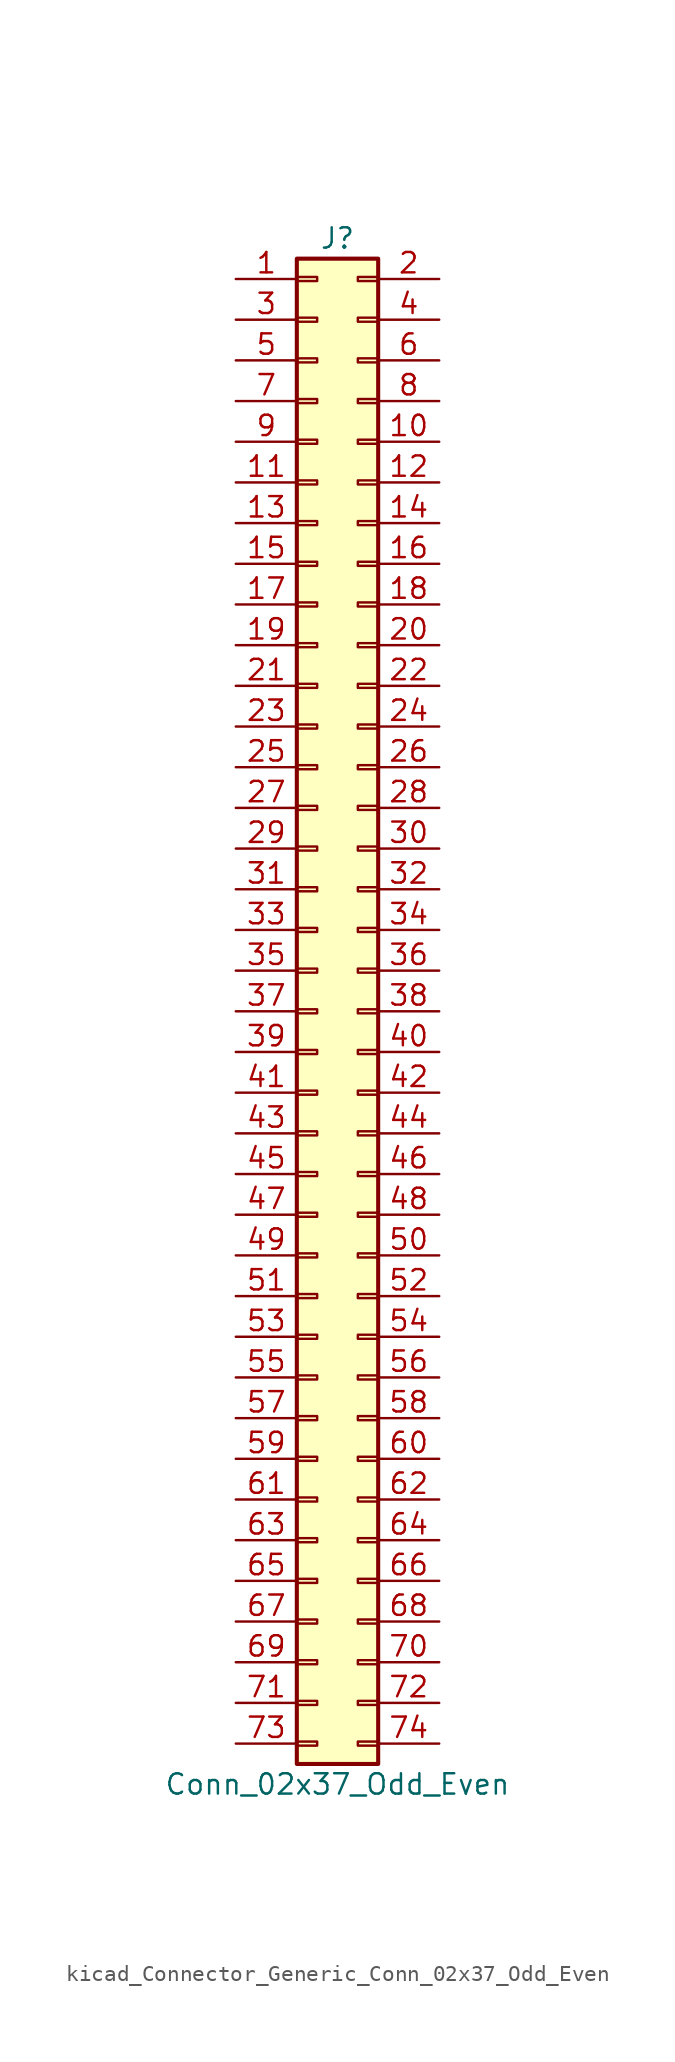
<source format=kicad_sym>
(kicad_symbol_lib
  (version 20220914)
  (generator kicad_symbol_editor)
  (symbol "kicad_Connector_Generic_Conn_02x37_Odd_Even"
    (pin_names
      (offset 1.016) hide)
    (property "Reference" "J"
      (at 1.27 48.26 0)
      (effects (font (size 1.27 1.27))))
    (property "Value" "Conn_02x37_Odd_Even"
      (at 1.27 -48.26 0)
      (effects (font (size 1.27 1.27))))
    (symbol "kicad_Connector_Generic_Conn_02x37_Odd_Even_1_1"
      (rectangle (start -1.27 -45.593) (end 0 -45.847) (stroke (width 0.152) (type default)) (fill (type none)))
      (rectangle (start -1.27 -43.053) (end 0 -43.307) (stroke (width 0.152) (type default)) (fill (type none)))
      (rectangle (start -1.27 -40.513) (end 0 -40.767) (stroke (width 0.152) (type default)) (fill (type none)))
      (rectangle (start -1.27 -37.973) (end 0 -38.227) (stroke (width 0.152) (type default)) (fill (type none)))
      (rectangle (start -1.27 -35.433) (end 0 -35.687) (stroke (width 0.152) (type default)) (fill (type none)))
      (rectangle (start -1.27 -32.893) (end 0 -33.147) (stroke (width 0.152) (type default)) (fill (type none)))
      (rectangle (start -1.27 -30.353) (end 0 -30.607) (stroke (width 0.152) (type default)) (fill (type none)))
      (rectangle (start -1.27 -27.813) (end 0 -28.067) (stroke (width 0.152) (type default)) (fill (type none)))
      (rectangle (start -1.27 -25.273) (end 0 -25.527) (stroke (width 0.152) (type default)) (fill (type none)))
      (rectangle (start -1.27 -22.733) (end 0 -22.987) (stroke (width 0.152) (type default)) (fill (type none)))
      (rectangle (start -1.27 -20.193) (end 0 -20.447) (stroke (width 0.152) (type default)) (fill (type none)))
      (rectangle (start -1.27 -17.653) (end 0 -17.907) (stroke (width 0.152) (type default)) (fill (type none)))
      (rectangle (start -1.27 -15.113) (end 0 -15.367) (stroke (width 0.152) (type default)) (fill (type none)))
      (rectangle (start -1.27 -12.573) (end 0 -12.827) (stroke (width 0.152) (type default)) (fill (type none)))
      (rectangle (start -1.27 -10.033) (end 0 -10.287) (stroke (width 0.152) (type default)) (fill (type none)))
      (rectangle (start -1.27 -7.493) (end 0 -7.747) (stroke (width 0.152) (type default)) (fill (type none)))
      (rectangle (start -1.27 -4.953) (end 0 -5.207) (stroke (width 0.152) (type default)) (fill (type none)))
      (rectangle (start -1.27 -2.413) (end 0 -2.667) (stroke (width 0.152) (type default)) (fill (type none)))
      (rectangle (start -1.27 0.127) (end 0 -0.127) (stroke (width 0.152) (type default)) (fill (type none)))
      (rectangle (start -1.27 2.667) (end 0 2.413) (stroke (width 0.152) (type default)) (fill (type none)))
      (rectangle (start -1.27 5.207) (end 0 4.953) (stroke (width 0.152) (type default)) (fill (type none)))
      (rectangle (start -1.27 7.747) (end 0 7.493) (stroke (width 0.152) (type default)) (fill (type none)))
      (rectangle (start -1.27 10.287) (end 0 10.033) (stroke (width 0.152) (type default)) (fill (type none)))
      (rectangle (start -1.27 12.827) (end 0 12.573) (stroke (width 0.152) (type default)) (fill (type none)))
      (rectangle (start -1.27 15.367) (end 0 15.113) (stroke (width 0.152) (type default)) (fill (type none)))
      (rectangle (start -1.27 17.907) (end 0 17.653) (stroke (width 0.152) (type default)) (fill (type none)))
      (rectangle (start -1.27 20.447) (end 0 20.193) (stroke (width 0.152) (type default)) (fill (type none)))
      (rectangle (start -1.27 22.987) (end 0 22.733) (stroke (width 0.152) (type default)) (fill (type none)))
      (rectangle (start -1.27 25.527) (end 0 25.273) (stroke (width 0.152) (type default)) (fill (type none)))
      (rectangle (start -1.27 28.067) (end 0 27.813) (stroke (width 0.152) (type default)) (fill (type none)))
      (rectangle (start -1.27 30.607) (end 0 30.353) (stroke (width 0.152) (type default)) (fill (type none)))
      (rectangle (start -1.27 33.147) (end 0 32.893) (stroke (width 0.152) (type default)) (fill (type none)))
      (rectangle (start -1.27 35.687) (end 0 35.433) (stroke (width 0.152) (type default)) (fill (type none)))
      (rectangle (start -1.27 38.227) (end 0 37.973) (stroke (width 0.152) (type default)) (fill (type none)))
      (rectangle (start -1.27 40.767) (end 0 40.513) (stroke (width 0.152) (type default)) (fill (type none)))
      (rectangle (start -1.27 43.307) (end 0 43.053) (stroke (width 0.152) (type default)) (fill (type none)))
      (rectangle (start -1.27 45.847) (end 0 45.593) (stroke (width 0.152) (type default)) (fill (type none)))
      (rectangle (start -1.27 46.99) (end 3.81 -46.99) (stroke (width 0.254) (type default)) (fill (type background)))
      (rectangle (start 3.81 -45.593) (end 2.54 -45.847) (stroke (width 0.152) (type default)) (fill (type none)))
      (rectangle (start 3.81 -43.053) (end 2.54 -43.307) (stroke (width 0.152) (type default)) (fill (type none)))
      (rectangle (start 3.81 -40.513) (end 2.54 -40.767) (stroke (width 0.152) (type default)) (fill (type none)))
      (rectangle (start 3.81 -37.973) (end 2.54 -38.227) (stroke (width 0.152) (type default)) (fill (type none)))
      (rectangle (start 3.81 -35.433) (end 2.54 -35.687) (stroke (width 0.152) (type default)) (fill (type none)))
      (rectangle (start 3.81 -32.893) (end 2.54 -33.147) (stroke (width 0.152) (type default)) (fill (type none)))
      (rectangle (start 3.81 -30.353) (end 2.54 -30.607) (stroke (width 0.152) (type default)) (fill (type none)))
      (rectangle (start 3.81 -27.813) (end 2.54 -28.067) (stroke (width 0.152) (type default)) (fill (type none)))
      (rectangle (start 3.81 -25.273) (end 2.54 -25.527) (stroke (width 0.152) (type default)) (fill (type none)))
      (rectangle (start 3.81 -22.733) (end 2.54 -22.987) (stroke (width 0.152) (type default)) (fill (type none)))
      (rectangle (start 3.81 -20.193) (end 2.54 -20.447) (stroke (width 0.152) (type default)) (fill (type none)))
      (rectangle (start 3.81 -17.653) (end 2.54 -17.907) (stroke (width 0.152) (type default)) (fill (type none)))
      (rectangle (start 3.81 -15.113) (end 2.54 -15.367) (stroke (width 0.152) (type default)) (fill (type none)))
      (rectangle (start 3.81 -12.573) (end 2.54 -12.827) (stroke (width 0.152) (type default)) (fill (type none)))
      (rectangle (start 3.81 -10.033) (end 2.54 -10.287) (stroke (width 0.152) (type default)) (fill (type none)))
      (rectangle (start 3.81 -7.493) (end 2.54 -7.747) (stroke (width 0.152) (type default)) (fill (type none)))
      (rectangle (start 3.81 -4.953) (end 2.54 -5.207) (stroke (width 0.152) (type default)) (fill (type none)))
      (rectangle (start 3.81 -2.413) (end 2.54 -2.667) (stroke (width 0.152) (type default)) (fill (type none)))
      (rectangle (start 3.81 0.127) (end 2.54 -0.127) (stroke (width 0.152) (type default)) (fill (type none)))
      (rectangle (start 3.81 2.667) (end 2.54 2.413) (stroke (width 0.152) (type default)) (fill (type none)))
      (rectangle (start 3.81 5.207) (end 2.54 4.953) (stroke (width 0.152) (type default)) (fill (type none)))
      (rectangle (start 3.81 7.747) (end 2.54 7.493) (stroke (width 0.152) (type default)) (fill (type none)))
      (rectangle (start 3.81 10.287) (end 2.54 10.033) (stroke (width 0.152) (type default)) (fill (type none)))
      (rectangle (start 3.81 12.827) (end 2.54 12.573) (stroke (width 0.152) (type default)) (fill (type none)))
      (rectangle (start 3.81 15.367) (end 2.54 15.113) (stroke (width 0.152) (type default)) (fill (type none)))
      (rectangle (start 3.81 17.907) (end 2.54 17.653) (stroke (width 0.152) (type default)) (fill (type none)))
      (rectangle (start 3.81 20.447) (end 2.54 20.193) (stroke (width 0.152) (type default)) (fill (type none)))
      (rectangle (start 3.81 22.987) (end 2.54 22.733) (stroke (width 0.152) (type default)) (fill (type none)))
      (rectangle (start 3.81 25.527) (end 2.54 25.273) (stroke (width 0.152) (type default)) (fill (type none)))
      (rectangle (start 3.81 28.067) (end 2.54 27.813) (stroke (width 0.152) (type default)) (fill (type none)))
      (rectangle (start 3.81 30.607) (end 2.54 30.353) (stroke (width 0.152) (type default)) (fill (type none)))
      (rectangle (start 3.81 33.147) (end 2.54 32.893) (stroke (width 0.152) (type default)) (fill (type none)))
      (rectangle (start 3.81 35.687) (end 2.54 35.433) (stroke (width 0.152) (type default)) (fill (type none)))
      (rectangle (start 3.81 38.227) (end 2.54 37.973) (stroke (width 0.152) (type default)) (fill (type none)))
      (rectangle (start 3.81 40.767) (end 2.54 40.513) (stroke (width 0.152) (type default)) (fill (type none)))
      (rectangle (start 3.81 43.307) (end 2.54 43.053) (stroke (width 0.152) (type default)) (fill (type none)))
      (rectangle (start 3.81 45.847) (end 2.54 45.593) (stroke (width 0.152) (type default)) (fill (type none)))
      (pin passive line (at -5.08 45.72 0) (length 3.81) (name "Pin_1" (effects (font (size 1.27 1.27)))) (number "1" (effects (font (size 1.27 1.27)))))
      (pin passive line (at 7.62 35.56 180) (length 3.81) (name "Pin_10" (effects (font (size 1.27 1.27)))) (number "10" (effects (font (size 1.27 1.27)))))
      (pin passive line (at -5.08 33.02 0) (length 3.81) (name "Pin_11" (effects (font (size 1.27 1.27)))) (number "11" (effects (font (size 1.27 1.27)))))
      (pin passive line (at 7.62 33.02 180) (length 3.81) (name "Pin_12" (effects (font (size 1.27 1.27)))) (number "12" (effects (font (size 1.27 1.27)))))
      (pin passive line (at -5.08 30.48 0) (length 3.81) (name "Pin_13" (effects (font (size 1.27 1.27)))) (number "13" (effects (font (size 1.27 1.27)))))
      (pin passive line (at 7.62 30.48 180) (length 3.81) (name "Pin_14" (effects (font (size 1.27 1.27)))) (number "14" (effects (font (size 1.27 1.27)))))
      (pin passive line (at -5.08 27.94 0) (length 3.81) (name "Pin_15" (effects (font (size 1.27 1.27)))) (number "15" (effects (font (size 1.27 1.27)))))
      (pin passive line (at 7.62 27.94 180) (length 3.81) (name "Pin_16" (effects (font (size 1.27 1.27)))) (number "16" (effects (font (size 1.27 1.27)))))
      (pin passive line (at -5.08 25.4 0) (length 3.81) (name "Pin_17" (effects (font (size 1.27 1.27)))) (number "17" (effects (font (size 1.27 1.27)))))
      (pin passive line (at 7.62 25.4 180) (length 3.81) (name "Pin_18" (effects (font (size 1.27 1.27)))) (number "18" (effects (font (size 1.27 1.27)))))
      (pin passive line (at -5.08 22.86 0) (length 3.81) (name "Pin_19" (effects (font (size 1.27 1.27)))) (number "19" (effects (font (size 1.27 1.27)))))
      (pin passive line (at 7.62 45.72 180) (length 3.81) (name "Pin_2" (effects (font (size 1.27 1.27)))) (number "2" (effects (font (size 1.27 1.27)))))
      (pin passive line (at 7.62 22.86 180) (length 3.81) (name "Pin_20" (effects (font (size 1.27 1.27)))) (number "20" (effects (font (size 1.27 1.27)))))
      (pin passive line (at -5.08 20.32 0) (length 3.81) (name "Pin_21" (effects (font (size 1.27 1.27)))) (number "21" (effects (font (size 1.27 1.27)))))
      (pin passive line (at 7.62 20.32 180) (length 3.81) (name "Pin_22" (effects (font (size 1.27 1.27)))) (number "22" (effects (font (size 1.27 1.27)))))
      (pin passive line (at -5.08 17.78 0) (length 3.81) (name "Pin_23" (effects (font (size 1.27 1.27)))) (number "23" (effects (font (size 1.27 1.27)))))
      (pin passive line (at 7.62 17.78 180) (length 3.81) (name "Pin_24" (effects (font (size 1.27 1.27)))) (number "24" (effects (font (size 1.27 1.27)))))
      (pin passive line (at -5.08 15.24 0) (length 3.81) (name "Pin_25" (effects (font (size 1.27 1.27)))) (number "25" (effects (font (size 1.27 1.27)))))
      (pin passive line (at 7.62 15.24 180) (length 3.81) (name "Pin_26" (effects (font (size 1.27 1.27)))) (number "26" (effects (font (size 1.27 1.27)))))
      (pin passive line (at -5.08 12.7 0) (length 3.81) (name "Pin_27" (effects (font (size 1.27 1.27)))) (number "27" (effects (font (size 1.27 1.27)))))
      (pin passive line (at 7.62 12.7 180) (length 3.81) (name "Pin_28" (effects (font (size 1.27 1.27)))) (number "28" (effects (font (size 1.27 1.27)))))
      (pin passive line (at -5.08 10.16 0) (length 3.81) (name "Pin_29" (effects (font (size 1.27 1.27)))) (number "29" (effects (font (size 1.27 1.27)))))
      (pin passive line (at -5.08 43.18 0) (length 3.81) (name "Pin_3" (effects (font (size 1.27 1.27)))) (number "3" (effects (font (size 1.27 1.27)))))
      (pin passive line (at 7.62 10.16 180) (length 3.81) (name "Pin_30" (effects (font (size 1.27 1.27)))) (number "30" (effects (font (size 1.27 1.27)))))
      (pin passive line (at -5.08 7.62 0) (length 3.81) (name "Pin_31" (effects (font (size 1.27 1.27)))) (number "31" (effects (font (size 1.27 1.27)))))
      (pin passive line (at 7.62 7.62 180) (length 3.81) (name "Pin_32" (effects (font (size 1.27 1.27)))) (number "32" (effects (font (size 1.27 1.27)))))
      (pin passive line (at -5.08 5.08 0) (length 3.81) (name "Pin_33" (effects (font (size 1.27 1.27)))) (number "33" (effects (font (size 1.27 1.27)))))
      (pin passive line (at 7.62 5.08 180) (length 3.81) (name "Pin_34" (effects (font (size 1.27 1.27)))) (number "34" (effects (font (size 1.27 1.27)))))
      (pin passive line (at -5.08 2.54 0) (length 3.81) (name "Pin_35" (effects (font (size 1.27 1.27)))) (number "35" (effects (font (size 1.27 1.27)))))
      (pin passive line (at 7.62 2.54 180) (length 3.81) (name "Pin_36" (effects (font (size 1.27 1.27)))) (number "36" (effects (font (size 1.27 1.27)))))
      (pin passive line (at -5.08 0 0) (length 3.81) (name "Pin_37" (effects (font (size 1.27 1.27)))) (number "37" (effects (font (size 1.27 1.27)))))
      (pin passive line (at 7.62 0 180) (length 3.81) (name "Pin_38" (effects (font (size 1.27 1.27)))) (number "38" (effects (font (size 1.27 1.27)))))
      (pin passive line (at -5.08 -2.54 0) (length 3.81) (name "Pin_39" (effects (font (size 1.27 1.27)))) (number "39" (effects (font (size 1.27 1.27)))))
      (pin passive line (at 7.62 43.18 180) (length 3.81) (name "Pin_4" (effects (font (size 1.27 1.27)))) (number "4" (effects (font (size 1.27 1.27)))))
      (pin passive line (at 7.62 -2.54 180) (length 3.81) (name "Pin_40" (effects (font (size 1.27 1.27)))) (number "40" (effects (font (size 1.27 1.27)))))
      (pin passive line (at -5.08 -5.08 0) (length 3.81) (name "Pin_41" (effects (font (size 1.27 1.27)))) (number "41" (effects (font (size 1.27 1.27)))))
      (pin passive line (at 7.62 -5.08 180) (length 3.81) (name "Pin_42" (effects (font (size 1.27 1.27)))) (number "42" (effects (font (size 1.27 1.27)))))
      (pin passive line (at -5.08 -7.62 0) (length 3.81) (name "Pin_43" (effects (font (size 1.27 1.27)))) (number "43" (effects (font (size 1.27 1.27)))))
      (pin passive line (at 7.62 -7.62 180) (length 3.81) (name "Pin_44" (effects (font (size 1.27 1.27)))) (number "44" (effects (font (size 1.27 1.27)))))
      (pin passive line (at -5.08 -10.16 0) (length 3.81) (name "Pin_45" (effects (font (size 1.27 1.27)))) (number "45" (effects (font (size 1.27 1.27)))))
      (pin passive line (at 7.62 -10.16 180) (length 3.81) (name "Pin_46" (effects (font (size 1.27 1.27)))) (number "46" (effects (font (size 1.27 1.27)))))
      (pin passive line (at -5.08 -12.7 0) (length 3.81) (name "Pin_47" (effects (font (size 1.27 1.27)))) (number "47" (effects (font (size 1.27 1.27)))))
      (pin passive line (at 7.62 -12.7 180) (length 3.81) (name "Pin_48" (effects (font (size 1.27 1.27)))) (number "48" (effects (font (size 1.27 1.27)))))
      (pin passive line (at -5.08 -15.24 0) (length 3.81) (name "Pin_49" (effects (font (size 1.27 1.27)))) (number "49" (effects (font (size 1.27 1.27)))))
      (pin passive line (at -5.08 40.64 0) (length 3.81) (name "Pin_5" (effects (font (size 1.27 1.27)))) (number "5" (effects (font (size 1.27 1.27)))))
      (pin passive line (at 7.62 -15.24 180) (length 3.81) (name "Pin_50" (effects (font (size 1.27 1.27)))) (number "50" (effects (font (size 1.27 1.27)))))
      (pin passive line (at -5.08 -17.78 0) (length 3.81) (name "Pin_51" (effects (font (size 1.27 1.27)))) (number "51" (effects (font (size 1.27 1.27)))))
      (pin passive line (at 7.62 -17.78 180) (length 3.81) (name "Pin_52" (effects (font (size 1.27 1.27)))) (number "52" (effects (font (size 1.27 1.27)))))
      (pin passive line (at -5.08 -20.32 0) (length 3.81) (name "Pin_53" (effects (font (size 1.27 1.27)))) (number "53" (effects (font (size 1.27 1.27)))))
      (pin passive line (at 7.62 -20.32 180) (length 3.81) (name "Pin_54" (effects (font (size 1.27 1.27)))) (number "54" (effects (font (size 1.27 1.27)))))
      (pin passive line (at -5.08 -22.86 0) (length 3.81) (name "Pin_55" (effects (font (size 1.27 1.27)))) (number "55" (effects (font (size 1.27 1.27)))))
      (pin passive line (at 7.62 -22.86 180) (length 3.81) (name "Pin_56" (effects (font (size 1.27 1.27)))) (number "56" (effects (font (size 1.27 1.27)))))
      (pin passive line (at -5.08 -25.4 0) (length 3.81) (name "Pin_57" (effects (font (size 1.27 1.27)))) (number "57" (effects (font (size 1.27 1.27)))))
      (pin passive line (at 7.62 -25.4 180) (length 3.81) (name "Pin_58" (effects (font (size 1.27 1.27)))) (number "58" (effects (font (size 1.27 1.27)))))
      (pin passive line (at -5.08 -27.94 0) (length 3.81) (name "Pin_59" (effects (font (size 1.27 1.27)))) (number "59" (effects (font (size 1.27 1.27)))))
      (pin passive line (at 7.62 40.64 180) (length 3.81) (name "Pin_6" (effects (font (size 1.27 1.27)))) (number "6" (effects (font (size 1.27 1.27)))))
      (pin passive line (at 7.62 -27.94 180) (length 3.81) (name "Pin_60" (effects (font (size 1.27 1.27)))) (number "60" (effects (font (size 1.27 1.27)))))
      (pin passive line (at -5.08 -30.48 0) (length 3.81) (name "Pin_61" (effects (font (size 1.27 1.27)))) (number "61" (effects (font (size 1.27 1.27)))))
      (pin passive line (at 7.62 -30.48 180) (length 3.81) (name "Pin_62" (effects (font (size 1.27 1.27)))) (number "62" (effects (font (size 1.27 1.27)))))
      (pin passive line (at -5.08 -33.02 0) (length 3.81) (name "Pin_63" (effects (font (size 1.27 1.27)))) (number "63" (effects (font (size 1.27 1.27)))))
      (pin passive line (at 7.62 -33.02 180) (length 3.81) (name "Pin_64" (effects (font (size 1.27 1.27)))) (number "64" (effects (font (size 1.27 1.27)))))
      (pin passive line (at -5.08 -35.56 0) (length 3.81) (name "Pin_65" (effects (font (size 1.27 1.27)))) (number "65" (effects (font (size 1.27 1.27)))))
      (pin passive line (at 7.62 -35.56 180) (length 3.81) (name "Pin_66" (effects (font (size 1.27 1.27)))) (number "66" (effects (font (size 1.27 1.27)))))
      (pin passive line (at -5.08 -38.1 0) (length 3.81) (name "Pin_67" (effects (font (size 1.27 1.27)))) (number "67" (effects (font (size 1.27 1.27)))))
      (pin passive line (at 7.62 -38.1 180) (length 3.81) (name "Pin_68" (effects (font (size 1.27 1.27)))) (number "68" (effects (font (size 1.27 1.27)))))
      (pin passive line (at -5.08 -40.64 0) (length 3.81) (name "Pin_69" (effects (font (size 1.27 1.27)))) (number "69" (effects (font (size 1.27 1.27)))))
      (pin passive line (at -5.08 38.1 0) (length 3.81) (name "Pin_7" (effects (font (size 1.27 1.27)))) (number "7" (effects (font (size 1.27 1.27)))))
      (pin passive line (at 7.62 -40.64 180) (length 3.81) (name "Pin_70" (effects (font (size 1.27 1.27)))) (number "70" (effects (font (size 1.27 1.27)))))
      (pin passive line (at -5.08 -43.18 0) (length 3.81) (name "Pin_71" (effects (font (size 1.27 1.27)))) (number "71" (effects (font (size 1.27 1.27)))))
      (pin passive line (at 7.62 -43.18 180) (length 3.81) (name "Pin_72" (effects (font (size 1.27 1.27)))) (number "72" (effects (font (size 1.27 1.27)))))
      (pin passive line (at -5.08 -45.72 0) (length 3.81) (name "Pin_73" (effects (font (size 1.27 1.27)))) (number "73" (effects (font (size 1.27 1.27)))))
      (pin passive line (at 7.62 -45.72 180) (length 3.81) (name "Pin_74" (effects (font (size 1.27 1.27)))) (number "74" (effects (font (size 1.27 1.27)))))
      (pin passive line (at 7.62 38.1 180) (length 3.81) (name "Pin_8" (effects (font (size 1.27 1.27)))) (number "8" (effects (font (size 1.27 1.27)))))
      (pin passive line (at -5.08 35.56 0) (length 3.81) (name "Pin_9" (effects (font (size 1.27 1.27)))) (number "9" (effects (font (size 1.27 1.27))))))))
</source>
